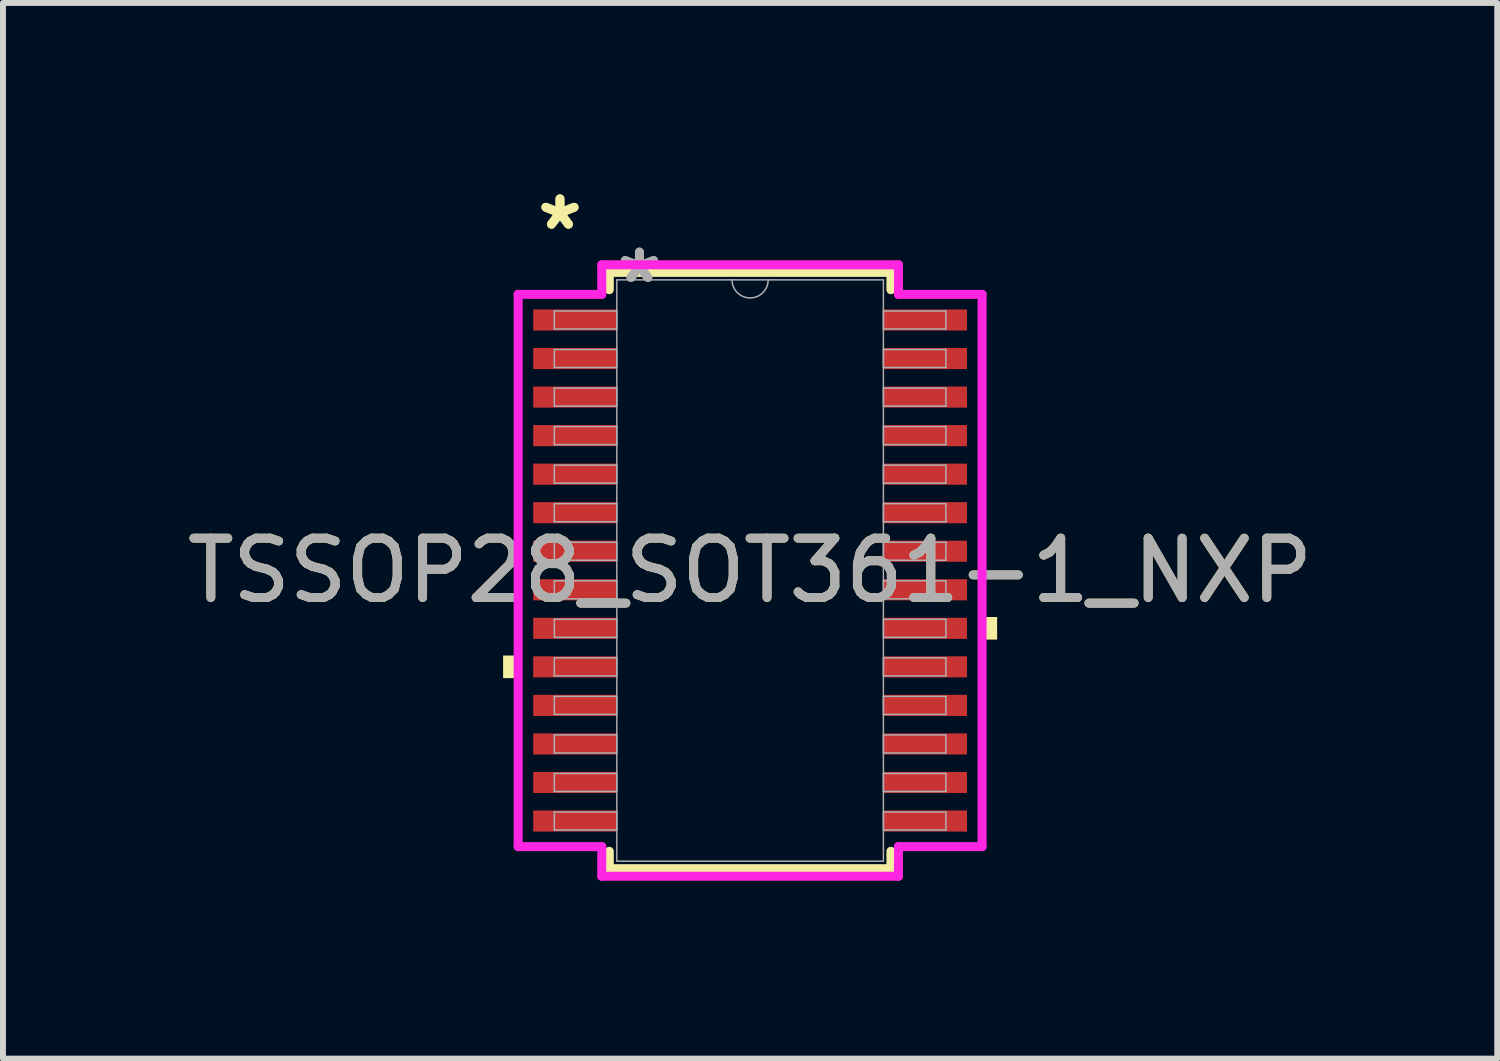
<source format=kicad_pcb>
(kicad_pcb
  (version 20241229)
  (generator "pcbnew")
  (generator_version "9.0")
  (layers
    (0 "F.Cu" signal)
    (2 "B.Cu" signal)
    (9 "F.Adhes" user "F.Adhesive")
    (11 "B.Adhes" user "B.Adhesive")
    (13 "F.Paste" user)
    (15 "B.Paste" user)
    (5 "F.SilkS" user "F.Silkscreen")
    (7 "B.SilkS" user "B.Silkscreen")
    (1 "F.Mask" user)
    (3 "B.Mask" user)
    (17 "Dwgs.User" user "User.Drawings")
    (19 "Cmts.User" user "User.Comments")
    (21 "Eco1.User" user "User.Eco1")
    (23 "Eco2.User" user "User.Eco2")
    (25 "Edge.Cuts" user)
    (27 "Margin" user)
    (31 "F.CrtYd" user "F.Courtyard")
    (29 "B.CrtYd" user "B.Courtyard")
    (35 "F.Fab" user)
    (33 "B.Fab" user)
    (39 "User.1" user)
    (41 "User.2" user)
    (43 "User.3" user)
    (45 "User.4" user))
  (footprint "TSSOP28_SOT361-1_NXP"
    (layer "F.Cu")
    (at 9.601 6.572)
    (property "Reference" "TSSOP28_SOT361-1_NXP" (at 0 0 0) (unlocked yes) (layer "F.SilkS") (effects (font (size 1 1) (thickness 0.15))))
    (attr smd)
    (fp_line (start -2.375 -5.029) (end -2.375 -4.736) (stroke (width 0.152) (type solid)) (layer "F.SilkS"))
    (fp_line (start -2.375 4.736) (end -2.375 5.029) (stroke (width 0.152) (type solid)) (layer "F.SilkS"))
    (fp_line (start -2.375 5.029) (end 2.375 5.029) (stroke (width 0.152) (type solid)) (layer "F.SilkS"))
    (fp_line (start 2.375 -5.029) (end -2.375 -5.029) (stroke (width 0.152) (type solid)) (layer "F.SilkS"))
    (fp_line (start 2.375 -4.736) (end 2.375 -5.029) (stroke (width 0.152) (type solid)) (layer "F.SilkS"))
    (fp_line (start 2.375 5.029) (end 2.375 4.736) (stroke (width 0.152) (type solid)) (layer "F.SilkS"))
    (fp_poly (pts (xy -4.166 1.434) (xy -4.166 1.815) (xy -3.912 1.815) (xy -3.912 1.434)) (stroke (width 0) (type solid)) (fill yes) (layer "F.SilkS"))
    (fp_poly (pts (xy 4.166 0.784) (xy 4.166 1.165) (xy 3.912 1.165) (xy 3.912 0.784)) (stroke (width 0) (type solid)) (fill yes) (layer "F.SilkS"))
    (fp_line (start -3.912 -4.657) (end -2.502 -4.657) (stroke (width 0.152) (type solid)) (layer "F.CrtYd"))
    (fp_line (start -3.912 4.657) (end -3.912 -4.657) (stroke (width 0.152) (type solid)) (layer "F.CrtYd"))
    (fp_line (start -3.912 4.657) (end -2.502 4.657) (stroke (width 0.152) (type solid)) (layer "F.CrtYd"))
    (fp_line (start -2.502 -5.156) (end 2.502 -5.156) (stroke (width 0.152) (type solid)) (layer "F.CrtYd"))
    (fp_line (start -2.502 -4.657) (end -2.502 -5.156) (stroke (width 0.152) (type solid)) (layer "F.CrtYd"))
    (fp_line (start -2.502 5.156) (end -2.502 4.657) (stroke (width 0.152) (type solid)) (layer "F.CrtYd"))
    (fp_line (start 2.502 -5.156) (end 2.502 -4.657) (stroke (width 0.152) (type solid)) (layer "F.CrtYd"))
    (fp_line (start 2.502 4.657) (end 2.502 5.156) (stroke (width 0.152) (type solid)) (layer "F.CrtYd"))
    (fp_line (start 2.502 5.156) (end -2.502 5.156) (stroke (width 0.152) (type solid)) (layer "F.CrtYd"))
    (fp_line (start 3.912 -4.657) (end 2.502 -4.657) (stroke (width 0.152) (type solid)) (layer "F.CrtYd"))
    (fp_line (start 3.912 -4.657) (end 3.912 4.657) (stroke (width 0.152) (type solid)) (layer "F.CrtYd"))
    (fp_line (start 3.912 4.657) (end 2.502 4.657) (stroke (width 0.152) (type solid)) (layer "F.CrtYd"))
    (fp_line (start -3.302 -4.377) (end -3.302 -4.073) (stroke (width 0.025) (type solid)) (layer "F.Fab"))
    (fp_line (start -3.302 -4.073) (end -2.248 -4.073) (stroke (width 0.025) (type solid)) (layer "F.Fab"))
    (fp_line (start -3.302 -3.727) (end -3.302 -3.423) (stroke (width 0.025) (type solid)) (layer "F.Fab"))
    (fp_line (start -3.302 -3.423) (end -2.248 -3.423) (stroke (width 0.025) (type solid)) (layer "F.Fab"))
    (fp_line (start -3.302 -3.077) (end -3.302 -2.773) (stroke (width 0.025) (type solid)) (layer "F.Fab"))
    (fp_line (start -3.302 -2.773) (end -2.248 -2.773) (stroke (width 0.025) (type solid)) (layer "F.Fab"))
    (fp_line (start -3.302 -2.427) (end -3.302 -2.123) (stroke (width 0.025) (type solid)) (layer "F.Fab"))
    (fp_line (start -3.302 -2.123) (end -2.248 -2.123) (stroke (width 0.025) (type solid)) (layer "F.Fab"))
    (fp_line (start -3.302 -1.777) (end -3.302 -1.473) (stroke (width 0.025) (type solid)) (layer "F.Fab"))
    (fp_line (start -3.302 -1.473) (end -2.248 -1.473) (stroke (width 0.025) (type solid)) (layer "F.Fab"))
    (fp_line (start -3.302 -1.127) (end -3.302 -0.823) (stroke (width 0.025) (type solid)) (layer "F.Fab"))
    (fp_line (start -3.302 -0.823) (end -2.248 -0.823) (stroke (width 0.025) (type solid)) (layer "F.Fab"))
    (fp_line (start -3.302 -0.477) (end -3.302 -0.173) (stroke (width 0.025) (type solid)) (layer "F.Fab"))
    (fp_line (start -3.302 -0.173) (end -2.248 -0.173) (stroke (width 0.025) (type solid)) (layer "F.Fab"))
    (fp_line (start -3.302 0.173) (end -3.302 0.477) (stroke (width 0.025) (type solid)) (layer "F.Fab"))
    (fp_line (start -3.302 0.477) (end -2.248 0.477) (stroke (width 0.025) (type solid)) (layer "F.Fab"))
    (fp_line (start -3.302 0.823) (end -3.302 1.127) (stroke (width 0.025) (type solid)) (layer "F.Fab"))
    (fp_line (start -3.302 1.127) (end -2.248 1.127) (stroke (width 0.025) (type solid)) (layer "F.Fab"))
    (fp_line (start -3.302 1.473) (end -3.302 1.777) (stroke (width 0.025) (type solid)) (layer "F.Fab"))
    (fp_line (start -3.302 1.777) (end -2.248 1.777) (stroke (width 0.025) (type solid)) (layer "F.Fab"))
    (fp_line (start -3.302 2.123) (end -3.302 2.427) (stroke (width 0.025) (type solid)) (layer "F.Fab"))
    (fp_line (start -3.302 2.427) (end -2.248 2.427) (stroke (width 0.025) (type solid)) (layer "F.Fab"))
    (fp_line (start -3.302 2.773) (end -3.302 3.077) (stroke (width 0.025) (type solid)) (layer "F.Fab"))
    (fp_line (start -3.302 3.077) (end -2.248 3.077) (stroke (width 0.025) (type solid)) (layer "F.Fab"))
    (fp_line (start -3.302 3.423) (end -3.302 3.727) (stroke (width 0.025) (type solid)) (layer "F.Fab"))
    (fp_line (start -3.302 3.727) (end -2.248 3.727) (stroke (width 0.025) (type solid)) (layer "F.Fab"))
    (fp_line (start -3.302 4.073) (end -3.302 4.377) (stroke (width 0.025) (type solid)) (layer "F.Fab"))
    (fp_line (start -3.302 4.377) (end -2.248 4.377) (stroke (width 0.025) (type solid)) (layer "F.Fab"))
    (fp_line (start -2.248 -4.902) (end -2.248 4.902) (stroke (width 0.025) (type solid)) (layer "F.Fab"))
    (fp_line (start -2.248 -4.377) (end -3.302 -4.377) (stroke (width 0.025) (type solid)) (layer "F.Fab"))
    (fp_line (start -2.248 -4.073) (end -2.248 -4.377) (stroke (width 0.025) (type solid)) (layer "F.Fab"))
    (fp_line (start -2.248 -3.727) (end -3.302 -3.727) (stroke (width 0.025) (type solid)) (layer "F.Fab"))
    (fp_line (start -2.248 -3.423) (end -2.248 -3.727) (stroke (width 0.025) (type solid)) (layer "F.Fab"))
    (fp_line (start -2.248 -3.077) (end -3.302 -3.077) (stroke (width 0.025) (type solid)) (layer "F.Fab"))
    (fp_line (start -2.248 -2.773) (end -2.248 -3.077) (stroke (width 0.025) (type solid)) (layer "F.Fab"))
    (fp_line (start -2.248 -2.427) (end -3.302 -2.427) (stroke (width 0.025) (type solid)) (layer "F.Fab"))
    (fp_line (start -2.248 -2.123) (end -2.248 -2.427) (stroke (width 0.025) (type solid)) (layer "F.Fab"))
    (fp_line (start -2.248 -1.777) (end -3.302 -1.777) (stroke (width 0.025) (type solid)) (layer "F.Fab"))
    (fp_line (start -2.248 -1.473) (end -2.248 -1.777) (stroke (width 0.025) (type solid)) (layer "F.Fab"))
    (fp_line (start -2.248 -1.127) (end -3.302 -1.127) (stroke (width 0.025) (type solid)) (layer "F.Fab"))
    (fp_line (start -2.248 -0.823) (end -2.248 -1.127) (stroke (width 0.025) (type solid)) (layer "F.Fab"))
    (fp_line (start -2.248 -0.477) (end -3.302 -0.477) (stroke (width 0.025) (type solid)) (layer "F.Fab"))
    (fp_line (start -2.248 -0.173) (end -2.248 -0.477) (stroke (width 0.025) (type solid)) (layer "F.Fab"))
    (fp_line (start -2.248 0.173) (end -3.302 0.173) (stroke (width 0.025) (type solid)) (layer "F.Fab"))
    (fp_line (start -2.248 0.477) (end -2.248 0.173) (stroke (width 0.025) (type solid)) (layer "F.Fab"))
    (fp_line (start -2.248 0.823) (end -3.302 0.823) (stroke (width 0.025) (type solid)) (layer "F.Fab"))
    (fp_line (start -2.248 1.127) (end -2.248 0.823) (stroke (width 0.025) (type solid)) (layer "F.Fab"))
    (fp_line (start -2.248 1.473) (end -3.302 1.473) (stroke (width 0.025) (type solid)) (layer "F.Fab"))
    (fp_line (start -2.248 1.777) (end -2.248 1.473) (stroke (width 0.025) (type solid)) (layer "F.Fab"))
    (fp_line (start -2.248 2.123) (end -3.302 2.123) (stroke (width 0.025) (type solid)) (layer "F.Fab"))
    (fp_line (start -2.248 2.427) (end -2.248 2.123) (stroke (width 0.025) (type solid)) (layer "F.Fab"))
    (fp_line (start -2.248 2.773) (end -3.302 2.773) (stroke (width 0.025) (type solid)) (layer "F.Fab"))
    (fp_line (start -2.248 3.077) (end -2.248 2.773) (stroke (width 0.025) (type solid)) (layer "F.Fab"))
    (fp_line (start -2.248 3.423) (end -3.302 3.423) (stroke (width 0.025) (type solid)) (layer "F.Fab"))
    (fp_line (start -2.248 3.727) (end -2.248 3.423) (stroke (width 0.025) (type solid)) (layer "F.Fab"))
    (fp_line (start -2.248 4.073) (end -3.302 4.073) (stroke (width 0.025) (type solid)) (layer "F.Fab"))
    (fp_line (start -2.248 4.377) (end -2.248 4.073) (stroke (width 0.025) (type solid)) (layer "F.Fab"))
    (fp_line (start -2.248 4.902) (end 2.248 4.902) (stroke (width 0.025) (type solid)) (layer "F.Fab"))
    (fp_line (start 2.248 -4.902) (end -2.248 -4.902) (stroke (width 0.025) (type solid)) (layer "F.Fab"))
    (fp_line (start 2.248 -4.377) (end 2.248 -4.073) (stroke (width 0.025) (type solid)) (layer "F.Fab"))
    (fp_line (start 2.248 -4.073) (end 3.302 -4.073) (stroke (width 0.025) (type solid)) (layer "F.Fab"))
    (fp_line (start 2.248 -3.727) (end 2.248 -3.423) (stroke (width 0.025) (type solid)) (layer "F.Fab"))
    (fp_line (start 2.248 -3.423) (end 3.302 -3.423) (stroke (width 0.025) (type solid)) (layer "F.Fab"))
    (fp_line (start 2.248 -3.077) (end 2.248 -2.773) (stroke (width 0.025) (type solid)) (layer "F.Fab"))
    (fp_line (start 2.248 -2.773) (end 3.302 -2.773) (stroke (width 0.025) (type solid)) (layer "F.Fab"))
    (fp_line (start 2.248 -2.427) (end 2.248 -2.123) (stroke (width 0.025) (type solid)) (layer "F.Fab"))
    (fp_line (start 2.248 -2.123) (end 3.302 -2.123) (stroke (width 0.025) (type solid)) (layer "F.Fab"))
    (fp_line (start 2.248 -1.777) (end 2.248 -1.473) (stroke (width 0.025) (type solid)) (layer "F.Fab"))
    (fp_line (start 2.248 -1.473) (end 3.302 -1.473) (stroke (width 0.025) (type solid)) (layer "F.Fab"))
    (fp_line (start 2.248 -1.127) (end 2.248 -0.823) (stroke (width 0.025) (type solid)) (layer "F.Fab"))
    (fp_line (start 2.248 -0.823) (end 3.302 -0.823) (stroke (width 0.025) (type solid)) (layer "F.Fab"))
    (fp_line (start 2.248 -0.477) (end 2.248 -0.173) (stroke (width 0.025) (type solid)) (layer "F.Fab"))
    (fp_line (start 2.248 -0.173) (end 3.302 -0.173) (stroke (width 0.025) (type solid)) (layer "F.Fab"))
    (fp_line (start 2.248 0.173) (end 2.248 0.477) (stroke (width 0.025) (type solid)) (layer "F.Fab"))
    (fp_line (start 2.248 0.477) (end 3.302 0.477) (stroke (width 0.025) (type solid)) (layer "F.Fab"))
    (fp_line (start 2.248 0.823) (end 2.248 1.127) (stroke (width 0.025) (type solid)) (layer "F.Fab"))
    (fp_line (start 2.248 1.127) (end 3.302 1.127) (stroke (width 0.025) (type solid)) (layer "F.Fab"))
    (fp_line (start 2.248 1.473) (end 2.248 1.777) (stroke (width 0.025) (type solid)) (layer "F.Fab"))
    (fp_line (start 2.248 1.777) (end 3.302 1.777) (stroke (width 0.025) (type solid)) (layer "F.Fab"))
    (fp_line (start 2.248 2.123) (end 2.248 2.427) (stroke (width 0.025) (type solid)) (layer "F.Fab"))
    (fp_line (start 2.248 2.427) (end 3.302 2.427) (stroke (width 0.025) (type solid)) (layer "F.Fab"))
    (fp_line (start 2.248 2.773) (end 2.248 3.077) (stroke (width 0.025) (type solid)) (layer "F.Fab"))
    (fp_line (start 2.248 3.077) (end 3.302 3.077) (stroke (width 0.025) (type solid)) (layer "F.Fab"))
    (fp_line (start 2.248 3.423) (end 2.248 3.727) (stroke (width 0.025) (type solid)) (layer "F.Fab"))
    (fp_line (start 2.248 3.727) (end 3.302 3.727) (stroke (width 0.025) (type solid)) (layer "F.Fab"))
    (fp_line (start 2.248 4.073) (end 2.248 4.377) (stroke (width 0.025) (type solid)) (layer "F.Fab"))
    (fp_line (start 2.248 4.377) (end 3.302 4.377) (stroke (width 0.025) (type solid)) (layer "F.Fab"))
    (fp_line (start 2.248 4.902) (end 2.248 -4.902) (stroke (width 0.025) (type solid)) (layer "F.Fab"))
    (fp_line (start 3.302 -4.377) (end 2.248 -4.377) (stroke (width 0.025) (type solid)) (layer "F.Fab"))
    (fp_line (start 3.302 -4.073) (end 3.302 -4.377) (stroke (width 0.025) (type solid)) (layer "F.Fab"))
    (fp_line (start 3.302 -3.727) (end 2.248 -3.727) (stroke (width 0.025) (type solid)) (layer "F.Fab"))
    (fp_line (start 3.302 -3.423) (end 3.302 -3.727) (stroke (width 0.025) (type solid)) (layer "F.Fab"))
    (fp_line (start 3.302 -3.077) (end 2.248 -3.077) (stroke (width 0.025) (type solid)) (layer "F.Fab"))
    (fp_line (start 3.302 -2.773) (end 3.302 -3.077) (stroke (width 0.025) (type solid)) (layer "F.Fab"))
    (fp_line (start 3.302 -2.427) (end 2.248 -2.427) (stroke (width 0.025) (type solid)) (layer "F.Fab"))
    (fp_line (start 3.302 -2.123) (end 3.302 -2.427) (stroke (width 0.025) (type solid)) (layer "F.Fab"))
    (fp_line (start 3.302 -1.777) (end 2.248 -1.777) (stroke (width 0.025) (type solid)) (layer "F.Fab"))
    (fp_line (start 3.302 -1.473) (end 3.302 -1.777) (stroke (width 0.025) (type solid)) (layer "F.Fab"))
    (fp_line (start 3.302 -1.127) (end 2.248 -1.127) (stroke (width 0.025) (type solid)) (layer "F.Fab"))
    (fp_line (start 3.302 -0.823) (end 3.302 -1.127) (stroke (width 0.025) (type solid)) (layer "F.Fab"))
    (fp_line (start 3.302 -0.477) (end 2.248 -0.477) (stroke (width 0.025) (type solid)) (layer "F.Fab"))
    (fp_line (start 3.302 -0.173) (end 3.302 -0.477) (stroke (width 0.025) (type solid)) (layer "F.Fab"))
    (fp_line (start 3.302 0.173) (end 2.248 0.173) (stroke (width 0.025) (type solid)) (layer "F.Fab"))
    (fp_line (start 3.302 0.477) (end 3.302 0.173) (stroke (width 0.025) (type solid)) (layer "F.Fab"))
    (fp_line (start 3.302 0.823) (end 2.248 0.823) (stroke (width 0.025) (type solid)) (layer "F.Fab"))
    (fp_line (start 3.302 1.127) (end 3.302 0.823) (stroke (width 0.025) (type solid)) (layer "F.Fab"))
    (fp_line (start 3.302 1.473) (end 2.248 1.473) (stroke (width 0.025) (type solid)) (layer "F.Fab"))
    (fp_line (start 3.302 1.777) (end 3.302 1.473) (stroke (width 0.025) (type solid)) (layer "F.Fab"))
    (fp_line (start 3.302 2.123) (end 2.248 2.123) (stroke (width 0.025) (type solid)) (layer "F.Fab"))
    (fp_line (start 3.302 2.427) (end 3.302 2.123) (stroke (width 0.025) (type solid)) (layer "F.Fab"))
    (fp_line (start 3.302 2.773) (end 2.248 2.773) (stroke (width 0.025) (type solid)) (layer "F.Fab"))
    (fp_line (start 3.302 3.077) (end 3.302 2.773) (stroke (width 0.025) (type solid)) (layer "F.Fab"))
    (fp_line (start 3.302 3.423) (end 2.248 3.423) (stroke (width 0.025) (type solid)) (layer "F.Fab"))
    (fp_line (start 3.302 3.727) (end 3.302 3.423) (stroke (width 0.025) (type solid)) (layer "F.Fab"))
    (fp_line (start 3.302 4.073) (end 2.248 4.073) (stroke (width 0.025) (type solid)) (layer "F.Fab"))
    (fp_line (start 3.302 4.377) (end 3.302 4.073) (stroke (width 0.025) (type solid)) (layer "F.Fab"))
    (fp_arc (start 0.3048 -4.9022) (mid 0 -4.5974) (end -0.3048 -4.9022) (stroke (width 0.0254) (type solid)) (layer "F.Fab"))
    (fp_text user "*" (at -3.207 -5.724 0) (layer "F.SilkS") (effects (font (size 1 1) (thickness 0.15))))
    (fp_text user "*" (at -3.207 -5.724 0) (unlocked yes) (layer "F.SilkS") (effects (font (size 1 1) (thickness 0.15))))
    (fp_text user "*" (at -1.867 -4.826 0) (layer "F.Fab") (effects (font (size 1 1) (thickness 0.15))))
    (fp_text user "${REFERENCE}" (at 0 0 0) (unlocked yes) (layer "F.Fab") (effects (font (size 1 1) (thickness 0.15))))
    (fp_text user "*" (at -1.867 -4.826 0) (unlocked yes) (layer "F.Fab") (effects (font (size 1 1) (thickness 0.15))))
    (pad "1" smd rect (at -2.953 -4.225) (size 1.41 0.356) (layers "F.Cu" "F.Mask" "F.Paste"))
    (pad "2" smd rect (at -2.953 -3.575) (size 1.41 0.356) (layers "F.Cu" "F.Mask" "F.Paste"))
    (pad "3" smd rect (at -2.953 -2.925) (size 1.41 0.356) (layers "F.Cu" "F.Mask" "F.Paste"))
    (pad "4" smd rect (at -2.953 -2.275) (size 1.41 0.356) (layers "F.Cu" "F.Mask" "F.Paste"))
    (pad "5" smd rect (at -2.953 -1.625) (size 1.41 0.356) (layers "F.Cu" "F.Mask" "F.Paste"))
    (pad "6" smd rect (at -2.953 -0.975) (size 1.41 0.356) (layers "F.Cu" "F.Mask" "F.Paste"))
    (pad "7" smd rect (at -2.953 -0.325) (size 1.41 0.356) (layers "F.Cu" "F.Mask" "F.Paste"))
    (pad "8" smd rect (at -2.953 0.325) (size 1.41 0.356) (layers "F.Cu" "F.Mask" "F.Paste"))
    (pad "9" smd rect (at -2.953 0.975) (size 1.41 0.356) (layers "F.Cu" "F.Mask" "F.Paste"))
    (pad "10" smd rect (at -2.953 1.625) (size 1.41 0.356) (layers "F.Cu" "F.Mask" "F.Paste"))
    (pad "11" smd rect (at -2.953 2.275) (size 1.41 0.356) (layers "F.Cu" "F.Mask" "F.Paste"))
    (pad "12" smd rect (at -2.953 2.925) (size 1.41 0.356) (layers "F.Cu" "F.Mask" "F.Paste"))
    (pad "13" smd rect (at -2.953 3.575) (size 1.41 0.356) (layers "F.Cu" "F.Mask" "F.Paste"))
    (pad "14" smd rect (at -2.953 4.225) (size 1.41 0.356) (layers "F.Cu" "F.Mask" "F.Paste"))
    (pad "15" smd rect (at 2.953 4.225) (size 1.41 0.356) (layers "F.Cu" "F.Mask" "F.Paste"))
    (pad "16" smd rect (at 2.953 3.575) (size 1.41 0.356) (layers "F.Cu" "F.Mask" "F.Paste"))
    (pad "17" smd rect (at 2.953 2.925) (size 1.41 0.356) (layers "F.Cu" "F.Mask" "F.Paste"))
    (pad "18" smd rect (at 2.953 2.275) (size 1.41 0.356) (layers "F.Cu" "F.Mask" "F.Paste"))
    (pad "19" smd rect (at 2.953 1.625) (size 1.41 0.356) (layers "F.Cu" "F.Mask" "F.Paste"))
    (pad "20" smd rect (at 2.953 0.975) (size 1.41 0.356) (layers "F.Cu" "F.Mask" "F.Paste"))
    (pad "21" smd rect (at 2.953 0.325) (size 1.41 0.356) (layers "F.Cu" "F.Mask" "F.Paste"))
    (pad "22" smd rect (at 2.953 -0.325) (size 1.41 0.356) (layers "F.Cu" "F.Mask" "F.Paste"))
    (pad "23" smd rect (at 2.953 -0.975) (size 1.41 0.356) (layers "F.Cu" "F.Mask" "F.Paste"))
    (pad "24" smd rect (at 2.953 -1.625) (size 1.41 0.356) (layers "F.Cu" "F.Mask" "F.Paste"))
    (pad "25" smd rect (at 2.953 -2.275) (size 1.41 0.356) (layers "F.Cu" "F.Mask" "F.Paste"))
    (pad "26" smd rect (at 2.953 -2.925) (size 1.41 0.356) (layers "F.Cu" "F.Mask" "F.Paste"))
    (pad "27" smd rect (at 2.953 -3.575) (size 1.41 0.356) (layers "F.Cu" "F.Mask" "F.Paste"))
    (pad "28" smd rect (at 2.953 -4.225) (size 1.41 0.356) (layers "F.Cu" "F.Mask" "F.Paste")))
  (gr_rect
    (start -3 -3)
    (end 22.202 14.804)
    (stroke (width 0.1) (type default))
    (fill no)
    (layer "Edge.Cuts")))
</source>
